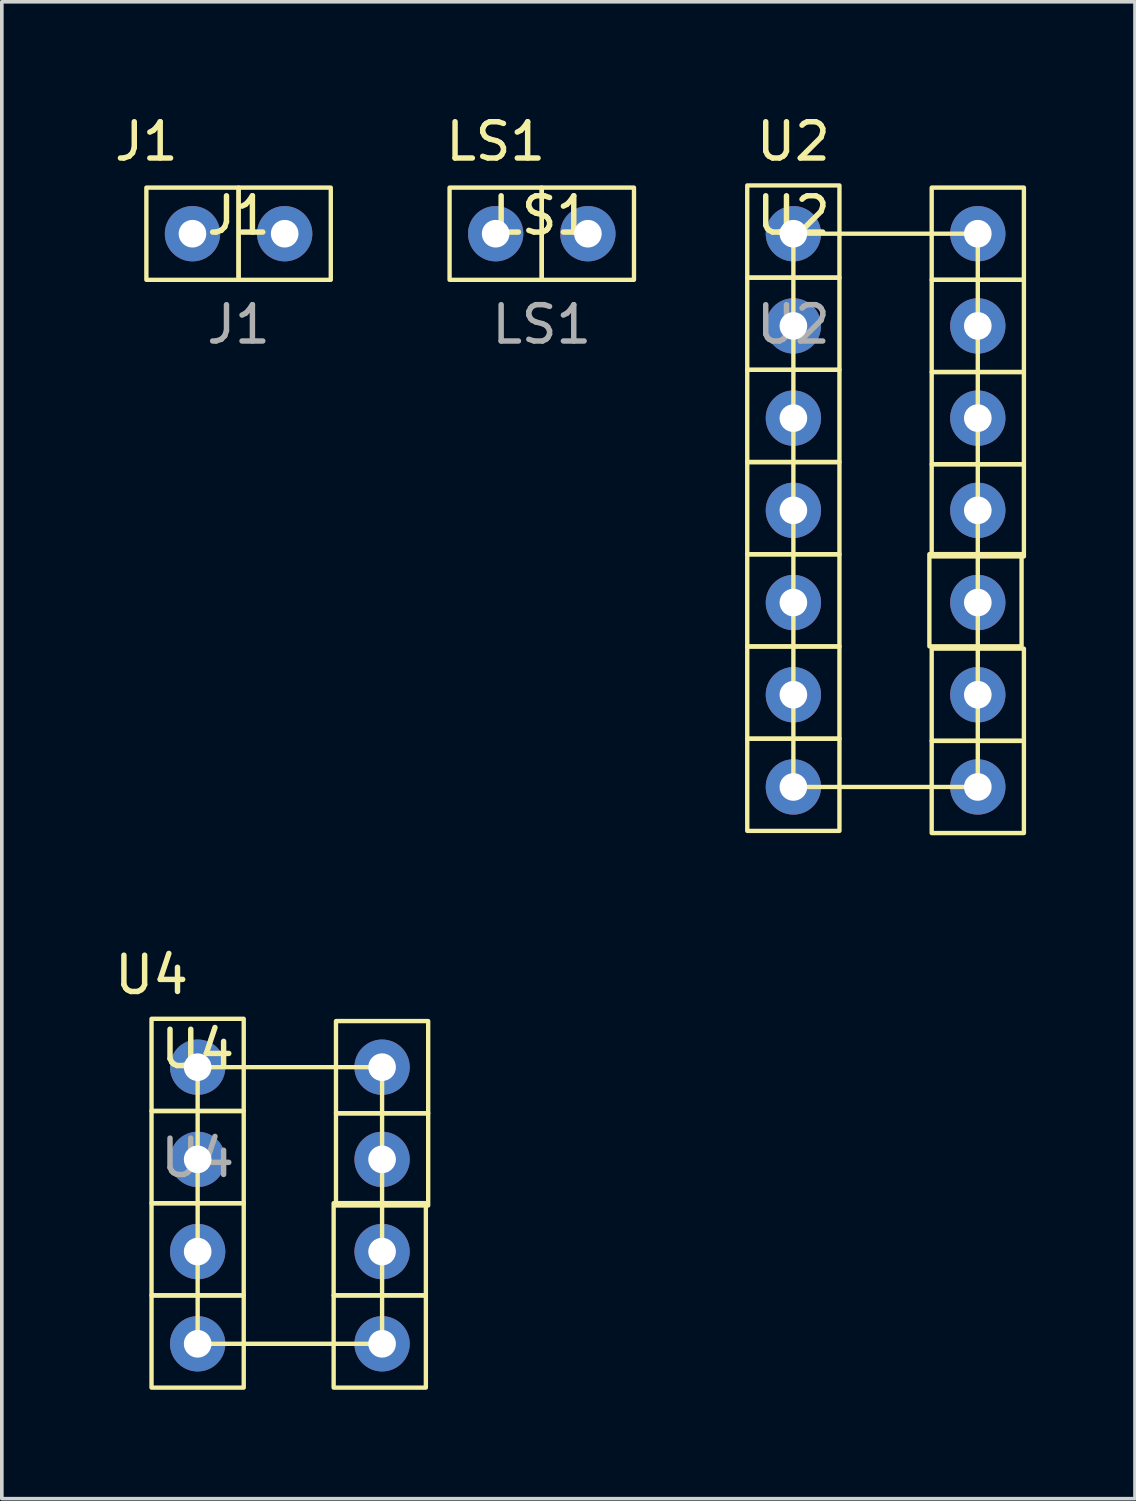
<source format=kicad_pcb>
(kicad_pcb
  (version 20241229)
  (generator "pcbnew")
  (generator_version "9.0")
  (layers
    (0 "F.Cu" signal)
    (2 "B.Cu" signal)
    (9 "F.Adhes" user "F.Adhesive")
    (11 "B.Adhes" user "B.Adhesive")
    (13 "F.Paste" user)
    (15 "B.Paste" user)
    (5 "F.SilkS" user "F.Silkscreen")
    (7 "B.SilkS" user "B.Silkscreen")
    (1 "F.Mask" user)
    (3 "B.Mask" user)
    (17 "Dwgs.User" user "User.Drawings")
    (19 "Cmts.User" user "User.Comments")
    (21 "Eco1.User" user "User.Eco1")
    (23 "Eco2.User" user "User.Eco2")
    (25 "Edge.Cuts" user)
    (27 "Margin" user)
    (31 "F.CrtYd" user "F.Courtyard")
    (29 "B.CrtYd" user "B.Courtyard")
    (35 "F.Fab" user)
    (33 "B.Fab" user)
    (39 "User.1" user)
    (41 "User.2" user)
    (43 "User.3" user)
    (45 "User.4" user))
  (footprint "LS1"
    (layer "F.Cu")
    (at 11.874 3.388)
    (property "Reference" "LS1" (at 0 -0.5 0) (unlocked yes) (layer "F.SilkS") (effects (font (size 1 1) (thickness 0.15))))
    (attr through_hole)
    (fp_rect (start -2.54 -1.27) (end 0 1.27) (stroke (width 0.12) (type solid)) (fill no) (layer "F.SilkS"))
    (fp_rect (start 0 -1.27) (end 2.54 1.27) (stroke (width 0.12) (type solid)) (fill no) (layer "F.SilkS"))
    (fp_text user "LS1" (at -1.27 -2.54 0) (unlocked yes) (layer "F.SilkS") (effects (font (size 1 1) (thickness 0.15))))
    (fp_text user "${REFERENCE}" (at 0 2.5 0) (unlocked yes) (layer "F.Fab") (effects (font (size 1 1) (thickness 0.15))))
    (pad "1" thru_hole circle (at -1.27 0) (size 1.524 1.524) (drill 0.762) (layers "*.Cu" "*.Mask"))
    (pad "2" thru_hole circle (at 1.27 0) (size 1.524 1.524) (drill 0.762) (layers "*.Cu" "*.Mask")))
  (footprint "U2"
    (layer "F.Cu")
    (at 21.345 11.008)
    (property "Reference" "U2" (at -2.54 -8.12 0) (unlocked yes) (layer "F.SilkS") (effects (font (size 1 1) (thickness 0.15))))
    (attr through_hole)
    (fp_rect (start -3.811 -8.95) (end -1.271 -6.41) (stroke (width 0.12) (type solid)) (fill no) (layer "F.SilkS"))
    (fp_rect (start -3.811 -6.41) (end -1.271 -3.87) (stroke (width 0.12) (type solid)) (fill no) (layer "F.SilkS"))
    (fp_rect (start -3.811 -3.87) (end -1.271 -1.33) (stroke (width 0.12) (type solid)) (fill no) (layer "F.SilkS"))
    (fp_rect (start -3.811 -1.33) (end -1.271 1.21) (stroke (width 0.12) (type solid)) (fill no) (layer "F.SilkS"))
    (fp_rect (start -3.811 1.21) (end -1.271 3.75) (stroke (width 0.12) (type solid)) (fill no) (layer "F.SilkS"))
    (fp_rect (start -3.811 3.75) (end -1.271 6.29) (stroke (width 0.12) (type solid)) (fill no) (layer "F.SilkS"))
    (fp_rect (start -3.811 6.29) (end -1.271 8.83) (stroke (width 0.12) (type solid)) (fill no) (layer "F.SilkS"))
    (fp_rect (start -2.54 -7.62) (end 2.54 7.62) (stroke (width 0.12) (type solid)) (fill no) (layer "F.SilkS"))
    (fp_rect (start 1.206 1.206) (end 3.746 3.746) (stroke (width 0.12) (type solid)) (fill no) (layer "F.SilkS"))
    (fp_rect (start 1.27 -8.89) (end 3.81 -6.35) (stroke (width 0.12) (type solid)) (fill no) (layer "F.SilkS"))
    (fp_rect (start 1.27 -6.35) (end 3.81 -3.81) (stroke (width 0.12) (type solid)) (fill no) (layer "F.SilkS"))
    (fp_rect (start 1.27 -3.81) (end 3.81 -1.27) (stroke (width 0.12) (type solid)) (fill no) (layer "F.SilkS"))
    (fp_rect (start 1.27 -1.27) (end 3.81 1.27) (stroke (width 0.12) (type solid)) (fill no) (layer "F.SilkS"))
    (fp_rect (start 1.27 3.81) (end 3.81 6.35) (stroke (width 0.12) (type solid)) (fill no) (layer "F.SilkS"))
    (fp_rect (start 1.27 6.35) (end 3.81 8.89) (stroke (width 0.12) (type solid)) (fill no) (layer "F.SilkS"))
    (fp_text user "U2" (at -2.54 -10.16 0) (unlocked yes) (layer "F.SilkS") (effects (font (size 1 1) (thickness 0.15))))
    (fp_text user "${REFERENCE}" (at -2.54 -5.12 0) (unlocked yes) (layer "F.Fab") (effects (font (size 1 1) (thickness 0.15))))
    (pad "1" thru_hole circle (at -2.54 -7.62) (size 1.524 1.524) (drill 0.762) (layers "*.Cu" "*.Mask"))
    (pad "2" thru_hole circle (at -2.54 -5.08) (size 1.524 1.524) (drill 0.762) (layers "*.Cu" "*.Mask"))
    (pad "3" thru_hole circle (at -2.54 -2.54) (size 1.524 1.524) (drill 0.762) (layers "*.Cu" "*.Mask"))
    (pad "4" thru_hole circle (at -2.54 0) (size 1.524 1.524) (drill 0.762) (layers "*.Cu" "*.Mask"))
    (pad "5" thru_hole circle (at -2.54 2.54) (size 1.524 1.524) (drill 0.762) (layers "*.Cu" "*.Mask"))
    (pad "6" thru_hole circle (at -2.54 5.08) (size 1.524 1.524) (drill 0.762) (layers "*.Cu" "*.Mask"))
    (pad "7" thru_hole circle (at -2.54 7.62) (size 1.524 1.524) (drill 0.762) (layers "*.Cu" "*.Mask"))
    (pad "8" thru_hole circle (at 2.54 7.62) (size 1.524 1.524) (drill 0.762) (layers "*.Cu" "*.Mask"))
    (pad "9" thru_hole circle (at 2.54 5.08) (size 1.524 1.524) (drill 0.762) (layers "*.Cu" "*.Mask"))
    (pad "10" thru_hole circle (at 2.54 2.54) (size 1.524 1.524) (drill 0.762) (layers "*.Cu" "*.Mask"))
    (pad "11" thru_hole circle (at 2.54 0) (size 1.524 1.524) (drill 0.762) (layers "*.Cu" "*.Mask"))
    (pad "12" thru_hole circle (at 2.54 -2.54) (size 1.524 1.524) (drill 0.762) (layers "*.Cu" "*.Mask"))
    (pad "13" thru_hole circle (at 2.54 -5.08) (size 1.524 1.524) (drill 0.762) (layers "*.Cu" "*.Mask"))
    (pad "14" thru_hole circle (at 2.54 -7.62) (size 1.524 1.524) (drill 0.762) (layers "*.Cu" "*.Mask")))
  (footprint "U4"
    (layer "F.Cu")
    (at 4.935 30.157)
    (property "Reference" "U4" (at -2.54 -4.31 0) (unlocked yes) (layer "F.SilkS") (effects (font (size 1 1) (thickness 0.15))))
    (attr through_hole)
    (fp_rect (start -2.54 -3.81) (end 2.54 3.81) (stroke (width 0.12) (type solid)) (fill no) (layer "F.SilkS"))
    (fp_rect (start -1.271 -5.143) (end -3.811 -2.603) (stroke (width 0.12) (type solid)) (fill no) (layer "F.SilkS"))
    (fp_rect (start -1.271 -2.603) (end -3.811 -0.063) (stroke (width 0.12) (type solid)) (fill no) (layer "F.SilkS"))
    (fp_rect (start -1.271 -0.063) (end -3.811 2.477) (stroke (width 0.12) (type solid)) (fill no) (layer "F.SilkS"))
    (fp_rect (start -1.271 2.477) (end -3.811 5.017) (stroke (width 0.12) (type solid)) (fill no) (layer "F.SilkS"))
    (fp_rect (start 3.746 -0.065) (end 1.206 2.475) (stroke (width 0.12) (type solid)) (fill no) (layer "F.SilkS"))
    (fp_rect (start 3.746 2.477) (end 1.206 5.017) (stroke (width 0.12) (type solid)) (fill no) (layer "F.SilkS"))
    (fp_rect (start 3.81 -5.08) (end 1.27 -2.54) (stroke (width 0.12) (type solid)) (fill no) (layer "F.SilkS"))
    (fp_rect (start 3.81 -2.54) (end 1.27 0) (stroke (width 0.12) (type solid)) (fill no) (layer "F.SilkS"))
    (fp_text user "U4" (at -3.81 -6.35 0) (unlocked yes) (layer "F.SilkS") (effects (font (size 1 1) (thickness 0.15))))
    (fp_text user "${REFERENCE}" (at -2.54 -1.31 0) (unlocked yes) (layer "F.Fab") (effects (font (size 1 1) (thickness 0.15))))
    (pad "1" thru_hole circle (at -2.54 -3.81) (size 1.524 1.524) (drill 0.762) (layers "*.Cu" "*.Mask"))
    (pad "2" thru_hole circle (at -2.54 -1.27) (size 1.524 1.524) (drill 0.762) (layers "*.Cu" "*.Mask"))
    (pad "3" thru_hole circle (at -2.54 1.27) (size 1.524 1.524) (drill 0.762) (layers "*.Cu" "*.Mask"))
    (pad "4" thru_hole circle (at -2.54 3.81) (size 1.524 1.524) (drill 0.762) (layers "*.Cu" "*.Mask"))
    (pad "5" thru_hole circle (at 2.54 3.81) (size 1.524 1.524) (drill 0.762) (layers "*.Cu" "*.Mask"))
    (pad "6" thru_hole circle (at 2.54 1.27) (size 1.524 1.524) (drill 0.762) (layers "*.Cu" "*.Mask"))
    (pad "7" thru_hole circle (at 2.54 -1.27) (size 1.524 1.524) (drill 0.762) (layers "*.Cu" "*.Mask"))
    (pad "8" thru_hole circle (at 2.54 -3.81) (size 1.524 1.524) (drill 0.762) (layers "*.Cu" "*.Mask")))
  (footprint "J1"
    (layer "F.Cu")
    (at 3.522 3.388)
    (property "Reference" "J1" (at 0 -0.5 0) (unlocked yes) (layer "F.SilkS") (effects (font (size 1 1) (thickness 0.15))))
    (attr through_hole)
    (fp_rect (start 0 1.27) (end -2.54 -1.27) (stroke (width 0.12) (type solid)) (fill no) (layer "F.SilkS"))
    (fp_rect (start 2.54 1.27) (end 0 -1.27) (stroke (width 0.12) (type solid)) (fill no) (layer "F.SilkS"))
    (fp_text user "J1" (at -2.54 -2.54 0) (unlocked yes) (layer "F.SilkS") (effects (font (size 1 1) (thickness 0.15))))
    (fp_text user "${REFERENCE}" (at 0 2.5 0) (unlocked yes) (layer "F.Fab") (effects (font (size 1 1) (thickness 0.15))))
    (pad "1" thru_hole circle (at -1.27 0) (size 1.524 1.524) (drill 0.762) (layers "*.Cu" "*.Mask"))
    (pad "2" thru_hole circle (at 1.27 0) (size 1.524 1.524) (drill 0.762) (layers "*.Cu" "*.Mask")))
  (gr_rect
    (start -3 -3)
    (end 28.215 38.233)
    (stroke (width 0.1) (type default))
    (fill no)
    (layer "Edge.Cuts")))
</source>
